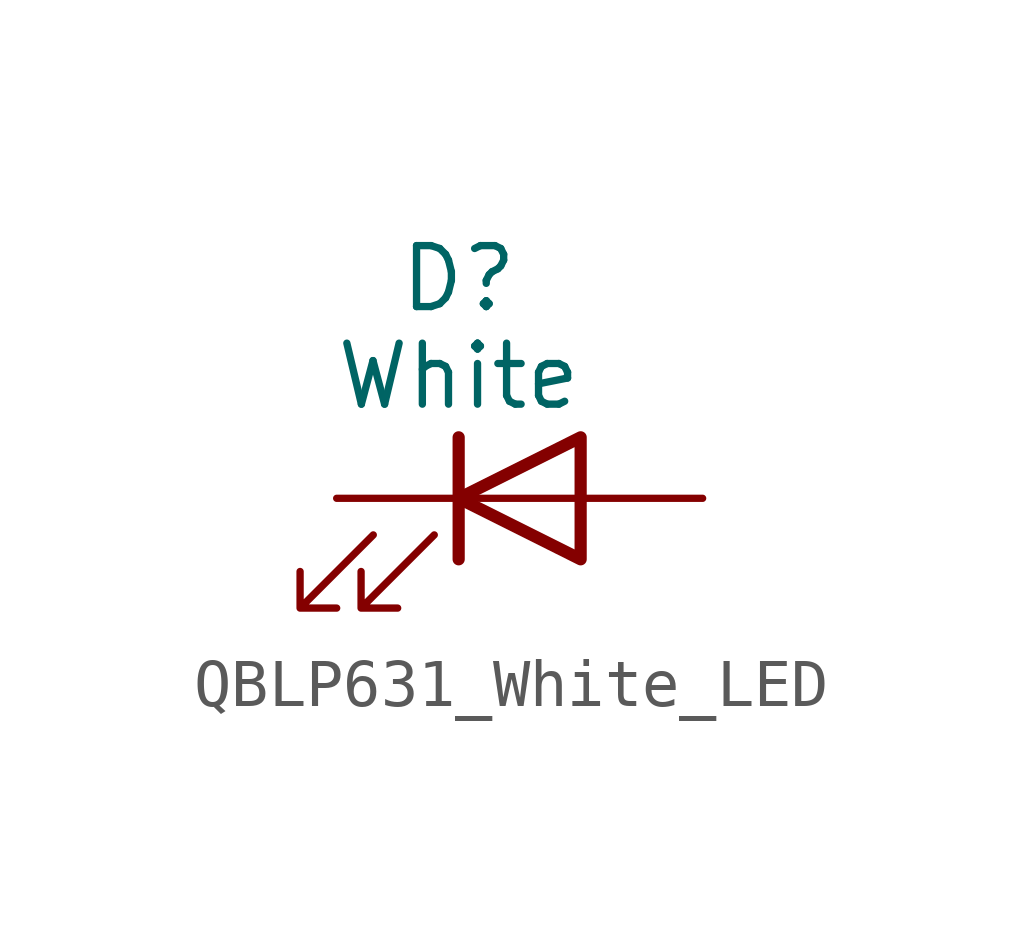
<source format=kicad_sym>
(kicad_symbol_lib
  (version 20231120)
  (generator "kicad_symbol_editor")
  (generator_version "8.0")
  (symbol "QBLP631_White_LED"
    (pin_numbers hide)
    (pin_names hide)
    (property "Reference" "D"
      (at 0 4.572 0)
      (effects (font (size 1.27 1.27))))
    (property "Value" "White"
      (at 0 2.54 0)
      (effects (font (size 1.27 1.27))))
    (symbol "QBLP631_White_LED_0_1"
      (polyline (pts (xy 0 -1.27) (xy 0 1.27)) (stroke (width 0.254) (type default)) (fill (type none)))
      (polyline (pts (xy 0 0) (xy 2.54 0)) (stroke (width 0) (type default)) (fill (type none)))
      (polyline (pts (xy 2.54 -1.27) (xy 2.54 1.27) (xy 0 0) (xy 2.54 -1.27)) (stroke (width 0.254) (type default)) (fill (type none)))
      (polyline (pts (xy -1.778 -0.762) (xy -3.302 -2.286) (xy -2.54 -2.286) (xy -3.302 -2.286) (xy -3.302 -1.524)) (stroke (width 0) (type default)) (fill (type none)))
      (polyline (pts (xy -0.508 -0.762) (xy -2.032 -2.286) (xy -1.27 -2.286) (xy -2.032 -2.286) (xy -2.032 -1.524)) (stroke (width 0) (type default)) (fill (type none))))
    (symbol "QBLP631_White_LED_1_1"
      (pin passive line (at 5.08 0 180) (length 2.54) (name "A" (effects (font (size 1.27 1.27)))) (number "1" (effects (font (size 1.27 1.27)))))
      (pin passive line (at -2.54 0 0) (length 2.54) (name "K" (effects (font (size 1.27 1.27)))) (number "2" (effects (font (size 1.27 1.27))))))))
</source>
